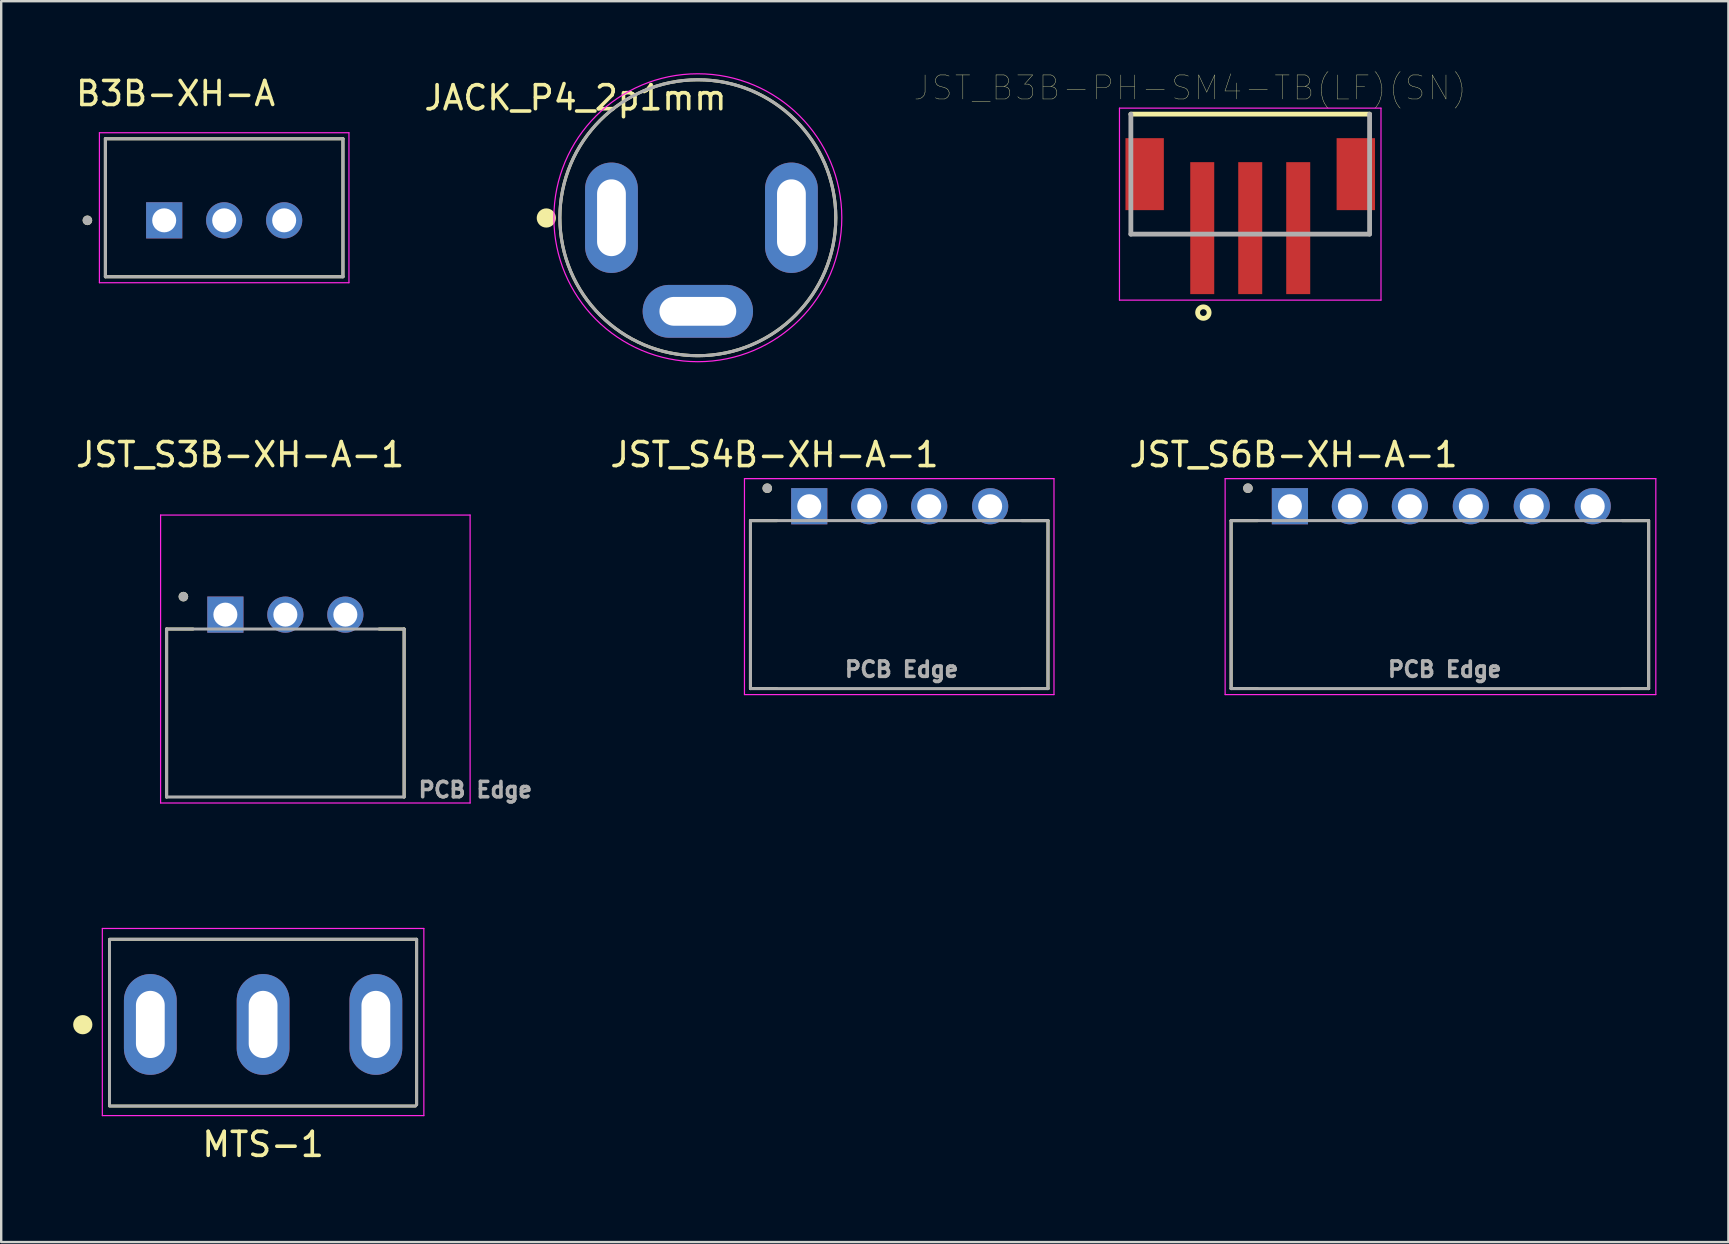
<source format=kicad_pcb>
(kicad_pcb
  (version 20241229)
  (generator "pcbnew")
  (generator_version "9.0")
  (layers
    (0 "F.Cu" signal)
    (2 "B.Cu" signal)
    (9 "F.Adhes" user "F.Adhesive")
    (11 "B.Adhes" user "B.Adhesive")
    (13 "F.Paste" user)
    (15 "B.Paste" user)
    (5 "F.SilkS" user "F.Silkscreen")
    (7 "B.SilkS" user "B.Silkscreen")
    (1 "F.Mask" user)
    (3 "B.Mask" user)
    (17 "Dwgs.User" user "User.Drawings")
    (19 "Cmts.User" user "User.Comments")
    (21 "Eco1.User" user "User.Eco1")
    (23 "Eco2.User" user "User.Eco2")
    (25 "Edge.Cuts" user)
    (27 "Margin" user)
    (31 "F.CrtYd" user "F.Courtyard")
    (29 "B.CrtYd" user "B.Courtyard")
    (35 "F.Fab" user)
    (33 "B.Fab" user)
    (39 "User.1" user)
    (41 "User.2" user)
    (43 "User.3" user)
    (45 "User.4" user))
  (footprint "JST_S6B-XH-A-1"
    (layer "F.Cu")
    (at 54.46 19.898)
    (property "Reference" "JST_S6B-XH-A-1" (at -3.6 -4 0) (layer "F.SilkS") (effects (font (size 1 1) (thickness 0.15))))
    (attr through_hole)
    (fp_line (start -6.2 -1.25) (end -6.2 5.75) (stroke (width 0.127) (type solid)) (layer "F.SilkS"))
    (fp_line (start -6.2 5.75) (end -5.1 5.75) (stroke (width 0.12) (type default)) (layer "F.SilkS"))
    (fp_line (start -5.1 -1.25) (end -6.2 -1.25) (stroke (width 0.127) (type solid)) (layer "F.SilkS"))
    (fp_line (start 10.1 5.75) (end 11.2 5.75) (stroke (width 0.12) (type default)) (layer "F.SilkS"))
    (fp_line (start 11.19 -1.25) (end 10.1 -1.25) (stroke (width 0.127) (type solid)) (layer "F.SilkS"))
    (fp_line (start 11.2 5.75) (end 11.2 -1.25) (stroke (width 0.127) (type solid)) (layer "F.SilkS"))
    (fp_circle (center -5.5 -2.6) (end -5.4 -2.6) (stroke (width 0.2) (type solid)) (fill no) (layer "F.SilkS"))
    (fp_line (start -6.45 -3) (end -6.45 6) (stroke (width 0.05) (type solid)) (layer "F.CrtYd"))
    (fp_line (start -6.45 6) (end 11.5 6) (stroke (width 0.05) (type solid)) (layer "F.CrtYd"))
    (fp_line (start 11.5 -3) (end -6.45 -3) (stroke (width 0.05) (type solid)) (layer "F.CrtYd"))
    (fp_line (start 11.5 6) (end 11.5 -3) (stroke (width 0.05) (type solid)) (layer "F.CrtYd"))
    (fp_line (start -6.2 -1.25) (end -6.2 5.75) (stroke (width 0.127) (type solid)) (layer "F.Fab"))
    (fp_line (start -6.2 5.75) (end 11.2 5.75) (stroke (width 0.127) (type solid)) (layer "F.Fab"))
    (fp_line (start 11.2 -1.25) (end -6.2 -1.25) (stroke (width 0.127) (type solid)) (layer "F.Fab"))
    (fp_line (start 11.2 5.75) (end 11.2 -1.25) (stroke (width 0.127) (type solid)) (layer "F.Fab"))
    (fp_circle (center -5.5 -2.6) (end -5.4 -2.6) (stroke (width 0.2) (type solid)) (fill no) (layer "F.Fab"))
    (fp_text user "PCB Edge" (at 2.7 4.95 0) (layer "F.Fab") (effects (font (size 0.64 0.64) (thickness 0.15))))
    (pad "1" thru_hole rect (at -3.75 -1.85) (size 1.508 1.508) (drill 1) (layers "*.Cu" "*.Mask"))
    (pad "2" thru_hole circle (at -1.25 -1.85) (size 1.508 1.508) (drill 1) (layers "*.Cu" "*.Mask"))
    (pad "3" thru_hole circle (at 1.25 -1.85) (size 1.508 1.508) (drill 1) (layers "*.Cu" "*.Mask"))
    (pad "4" thru_hole circle (at 3.79 -1.85) (size 1.508 1.508) (drill 1) (layers "*.Cu" "*.Mask"))
    (pad "5" thru_hole circle (at 6.33 -1.85) (size 1.508 1.508) (drill 1) (layers "*.Cu" "*.Mask"))
    (pad "6" thru_hole circle (at 8.87 -1.85) (size 1.508 1.508) (drill 1) (layers "*.Cu" "*.Mask")))
  (footprint "JST_S3B-XH-A-1"
    (layer "F.Cu")
    (at 10.093 24.416)
    (property "Reference" "JST_S3B-XH-A-1" (at -3.135 -8.518 0) (layer "F.SilkS") (effects (font (size 1 1) (thickness 0.15))))
    (attr through_hole)
    (fp_line (start -6.2 -1.25) (end -6.2 5.75) (stroke (width 0.127) (type solid)) (layer "F.SilkS"))
    (fp_line (start -5.1 -1.25) (end -6.2 -1.25) (stroke (width 0.127) (type solid)) (layer "F.SilkS"))
    (fp_line (start 3.7 -1.25) (end 2.66 -1.25) (stroke (width 0.127) (type solid)) (layer "F.SilkS"))
    (fp_line (start 3.7 5.75) (end 3.7 -1.25) (stroke (width 0.127) (type solid)) (layer "F.SilkS"))
    (fp_circle (center -5.5 -2.6) (end -5.4 -2.6) (stroke (width 0.2) (type solid)) (fill no) (layer "F.SilkS"))
    (fp_line (start -6.45 -6) (end -6.45 6) (stroke (width 0.05) (type solid)) (layer "F.CrtYd"))
    (fp_line (start -6.45 6) (end 6.45 6) (stroke (width 0.05) (type solid)) (layer "F.CrtYd"))
    (fp_line (start 6.45 -6) (end -6.45 -6) (stroke (width 0.05) (type solid)) (layer "F.CrtYd"))
    (fp_line (start 6.45 6) (end 6.45 -6) (stroke (width 0.05) (type solid)) (layer "F.CrtYd"))
    (fp_line (start -6.2 -1.25) (end -6.2 5.75) (stroke (width 0.127) (type solid)) (layer "F.Fab"))
    (fp_line (start -6.2 5.75) (end 3.7 5.75) (stroke (width 0.127) (type solid)) (layer "F.Fab"))
    (fp_line (start 3.7 -1.25) (end -6.2 -1.25) (stroke (width 0.127) (type solid)) (layer "F.Fab"))
    (fp_line (start 3.7 5.75) (end 3.7 -1.25) (stroke (width 0.127) (type solid)) (layer "F.Fab"))
    (fp_circle (center -5.5 -2.6) (end -5.4 -2.6) (stroke (width 0.2) (type solid)) (fill no) (layer "F.Fab"))
    (fp_text user "PCB Edge" (at 6.668 5.452 0) (layer "F.Fab") (effects (font (size 0.64 0.64) (thickness 0.15))))
    (pad "1" thru_hole rect (at -3.75 -1.85) (size 1.508 1.508) (drill 1) (layers "*.Cu" "*.Mask"))
    (pad "2" thru_hole circle (at -1.25 -1.85) (size 1.508 1.508) (drill 1) (layers "*.Cu" "*.Mask"))
    (pad "3" thru_hole circle (at 1.25 -1.85) (size 1.508 1.508) (drill 1) (layers "*.Cu" "*.Mask")))
  (footprint "JACK_P4_2p1mm"
    (layer "F.Cu")
    (at 22.534 6.025)
    (property "Reference" "JACK_P4_2p1mm" (at -1.6 -5 0) (layer "F.SilkS") (effects (font (size 1.001 1.001) (thickness 0.15))))
    (attr through_hole)
    (fp_circle (center -2.815 0.01) (end -2.615 0.01) (stroke (width 0.4) (type solid)) (fill no) (layer "F.SilkS"))
    (fp_circle (center 3.5 0) (end 9.25 0) (stroke (width 0.127) (type solid)) (fill no) (layer "F.SilkS"))
    (fp_circle (center 3.5 0) (end 9.5 0) (stroke (width 0.05) (type solid)) (fill no) (layer "F.CrtYd"))
    (fp_circle (center 3.5 0) (end 9.25 0) (stroke (width 0.127) (type solid)) (fill no) (layer "F.Fab"))
    (pad "1" thru_hole oval (at -0.1 0) (size 2.2 4.6) (drill oval 1.2 3.2) (layers "*.Cu" "*.Mask"))
    (pad "2" thru_hole oval (at 3.5 3.9) (size 4.6 2.2) (drill oval 3.2 1.2) (layers "*.Cu" "*.Mask"))
    (pad "3" thru_hole oval (at 7.4 0) (size 2.2 4.6) (drill oval 1.2 3.2) (layers "*.Cu" "*.Mask")))
  (footprint "JST_B3B-PH-SM4-TB(LF)(SN)"
    (layer "F.Cu")
    (at 49.056 4.208)
    (property "Reference" "JST_B3B-PH-SM4-TB(LF)(SN)" (at -2.506 -3.596 0) (layer "F.SilkS") (effects (font (size 1.002 1.002) (thickness 0.015))))
    (attr through_hole)
    (fp_line (start -4.975 -2.5) (end 4.975 -2.5) (stroke (width 0.2) (type solid)) (layer "F.SilkS"))
    (fp_circle (center -1.953 5.77) (end -1.713 5.77) (stroke (width 0.2) (type solid)) (fill no) (layer "F.SilkS"))
    (fp_line (start -5.45 -2.75) (end 5.45 -2.75) (stroke (width 0.05) (type solid)) (layer "F.CrtYd"))
    (fp_line (start -5.45 5.25) (end -5.45 -2.75) (stroke (width 0.05) (type solid)) (layer "F.CrtYd"))
    (fp_line (start 5.45 -2.75) (end 5.45 5.25) (stroke (width 0.05) (type solid)) (layer "F.CrtYd"))
    (fp_line (start 5.45 5.25) (end -5.45 5.25) (stroke (width 0.05) (type solid)) (layer "F.CrtYd"))
    (fp_line (start -4.975 2.5) (end -4.975 -2.5) (stroke (width 0.2) (type solid)) (layer "F.Fab"))
    (fp_line (start 4.975 -2.5) (end 4.975 2.5) (stroke (width 0.2) (type solid)) (layer "F.Fab"))
    (fp_line (start 4.975 2.5) (end -4.975 2.5) (stroke (width 0.2) (type solid)) (layer "F.Fab"))
    (pad "1" smd rect (at -2 2.25) (size 1 5.5) (layers "F.Cu" "F.Mask" "F.Paste"))
    (pad "2" smd rect (at 0 2.25) (size 1 5.5) (layers "F.Cu" "F.Mask" "F.Paste"))
    (pad "3" smd rect (at 2 2.25) (size 1 5.5) (layers "F.Cu" "F.Mask" "F.Paste"))
    (pad "4" smd rect (at 4.4 0) (size 1.6 3) (layers "F.Cu" "F.Mask" "F.Paste"))
    (pad "5" smd rect (at -4.4 0) (size 1.6 3) (layers "F.Cu" "F.Mask" "F.Paste")))
  (footprint "B3B-XH-A"
    (layer "F.Cu")
    (at 6.293 5.608)
    (property "Reference" "B3B-XH-A" (at -2.025 -4.76 0) (layer "F.SilkS") (effects (font (size 1 1) (thickness 0.15))))
    (attr through_hole)
    (fp_line (start -4.95 -2.875) (end 4.95 -2.875) (stroke (width 0.127) (type solid)) (layer "F.SilkS"))
    (fp_line (start -4.95 2.875) (end -4.95 -2.875) (stroke (width 0.127) (type solid)) (layer "F.SilkS"))
    (fp_line (start 4.95 -2.875) (end 4.95 2.875) (stroke (width 0.127) (type solid)) (layer "F.SilkS"))
    (fp_line (start 4.95 2.875) (end -4.95 2.875) (stroke (width 0.127) (type solid)) (layer "F.SilkS"))
    (fp_circle (center -5.7 0.525) (end -5.6 0.525) (stroke (width 0.2) (type solid)) (fill no) (layer "F.SilkS"))
    (fp_line (start -5.2 -3.125) (end -5.2 3.125) (stroke (width 0.05) (type solid)) (layer "F.CrtYd"))
    (fp_line (start -5.2 3.125) (end 5.2 3.125) (stroke (width 0.05) (type solid)) (layer "F.CrtYd"))
    (fp_line (start 5.2 -3.125) (end -5.2 -3.125) (stroke (width 0.05) (type solid)) (layer "F.CrtYd"))
    (fp_line (start 5.2 3.125) (end 5.2 -3.125) (stroke (width 0.05) (type solid)) (layer "F.CrtYd"))
    (fp_line (start -4.95 -2.875) (end 4.95 -2.875) (stroke (width 0.127) (type solid)) (layer "F.Fab"))
    (fp_line (start -4.95 2.875) (end -4.95 -2.875) (stroke (width 0.127) (type solid)) (layer "F.Fab"))
    (fp_line (start 4.95 -2.875) (end 4.95 2.875) (stroke (width 0.127) (type solid)) (layer "F.Fab"))
    (fp_line (start 4.95 2.875) (end -4.95 2.875) (stroke (width 0.127) (type solid)) (layer "F.Fab"))
    (fp_circle (center -5.7 0.525) (end -5.6 0.525) (stroke (width 0.2) (type solid)) (fill no) (layer "F.Fab"))
    (pad "1" thru_hole rect (at -2.5 0.525) (size 1.508 1.508) (drill 1) (layers "*.Cu" "*.Mask"))
    (pad "2" thru_hole circle (at 0 0.525) (size 1.508 1.508) (drill 1) (layers "*.Cu" "*.Mask"))
    (pad "3" thru_hole circle (at 2.5 0.525) (size 1.508 1.508) (drill 1) (layers "*.Cu" "*.Mask")))
  (footprint "JST_S4B-XH-A-1"
    (layer "F.Cu")
    (at 34.427 19.898)
    (property "Reference" "JST_S4B-XH-A-1" (at -5.2 -4 0) (layer "F.SilkS") (effects (font (size 1 1) (thickness 0.15))))
    (attr through_hole)
    (fp_line (start -6.2 -1.25) (end -6.2 5.75) (stroke (width 0.127) (type solid)) (layer "F.SilkS"))
    (fp_line (start -6.2 5.75) (end -5.1 5.75) (stroke (width 0.12) (type default)) (layer "F.SilkS"))
    (fp_line (start -5.1 -1.25) (end -6.2 -1.25) (stroke (width 0.127) (type solid)) (layer "F.SilkS"))
    (fp_line (start 5.1 5.75) (end 6.2 5.75) (stroke (width 0.12) (type default)) (layer "F.SilkS"))
    (fp_line (start 6.2 -1.25) (end 5.11 -1.25) (stroke (width 0.127) (type solid)) (layer "F.SilkS"))
    (fp_line (start 6.2 5.75) (end 6.2 -1.25) (stroke (width 0.127) (type solid)) (layer "F.SilkS"))
    (fp_circle (center -5.5 -2.6) (end -5.4 -2.6) (stroke (width 0.2) (type solid)) (fill no) (layer "F.SilkS"))
    (fp_line (start -6.45 -3) (end -6.45 6) (stroke (width 0.05) (type solid)) (layer "F.CrtYd"))
    (fp_line (start -6.45 6) (end 6.45 6) (stroke (width 0.05) (type solid)) (layer "F.CrtYd"))
    (fp_line (start 6.45 -3) (end -6.45 -3) (stroke (width 0.05) (type solid)) (layer "F.CrtYd"))
    (fp_line (start 6.45 6) (end 6.45 -3) (stroke (width 0.05) (type solid)) (layer "F.CrtYd"))
    (fp_line (start -6.2 -1.25) (end -6.2 5.75) (stroke (width 0.127) (type solid)) (layer "F.Fab"))
    (fp_line (start -6.2 5.75) (end 6.2 5.75) (stroke (width 0.127) (type solid)) (layer "F.Fab"))
    (fp_line (start 6.2 -1.25) (end -6.2 -1.25) (stroke (width 0.127) (type solid)) (layer "F.Fab"))
    (fp_line (start 6.2 5.75) (end 6.2 -1.25) (stroke (width 0.127) (type solid)) (layer "F.Fab"))
    (fp_circle (center -5.5 -2.6) (end -5.4 -2.6) (stroke (width 0.2) (type solid)) (fill no) (layer "F.Fab"))
    (fp_text user "PCB Edge" (at 0.1 4.95 0) (layer "F.Fab") (effects (font (size 0.64 0.64) (thickness 0.15))))
    (pad "1" thru_hole rect (at -3.75 -1.85) (size 1.508 1.508) (drill 1) (layers "*.Cu" "*.Mask"))
    (pad "2" thru_hole circle (at -1.25 -1.85) (size 1.508 1.508) (drill 1) (layers "*.Cu" "*.Mask"))
    (pad "3" thru_hole circle (at 1.25 -1.85) (size 1.508 1.508) (drill 1) (layers "*.Cu" "*.Mask"))
    (pad "4" thru_hole circle (at 3.79 -1.85) (size 1.508 1.508) (drill 1) (layers "*.Cu" "*.Mask")))
  (footprint "MTS-1"
    (layer "F.Cu")
    (at 3.215 39.646)
    (property "Reference" "MTS-1" (at 4.7 5 180) (layer "F.SilkS") (effects (font (size 1.001 1.001) (thickness 0.15))))
    (attr through_hole)
    (fp_line (start -1.7 -3.55) (end 11.1 -3.55) (stroke (width 0.12) (type default)) (layer "F.SilkS"))
    (fp_line (start -1.7 -3.5) (end -1.7 3.4) (stroke (width 0.12) (type default)) (layer "F.SilkS"))
    (fp_line (start -1.65 3.4) (end 11.05 3.4) (stroke (width 0.12) (type default)) (layer "F.SilkS"))
    (fp_line (start 11.1 -3.55) (end 11.1 3.35) (stroke (width 0.12) (type default)) (layer "F.SilkS"))
    (fp_circle (center -2.815 0.01) (end -2.615 0.01) (stroke (width 0.4) (type solid)) (fill no) (layer "F.SilkS"))
    (fp_line (start -2 -4) (end -2 3.8) (stroke (width 0.05) (type default)) (layer "F.CrtYd"))
    (fp_line (start -2 -4) (end 11.4 -4) (stroke (width 0.05) (type default)) (layer "F.CrtYd"))
    (fp_line (start -2 3.8) (end 11.4 3.8) (stroke (width 0.05) (type default)) (layer "F.CrtYd"))
    (fp_line (start 11.4 3.8) (end 11.4 -4) (stroke (width 0.05) (type default)) (layer "F.CrtYd"))
    (fp_line (start -1.7 -3.55) (end 11.1 -3.55) (stroke (width 0.12) (type default)) (layer "F.Fab"))
    (fp_line (start -1.7 -3.5) (end -1.7 3.4) (stroke (width 0.12) (type default)) (layer "F.Fab"))
    (fp_line (start -1.65 3.4) (end 11.05 3.4) (stroke (width 0.12) (type default)) (layer "F.Fab"))
    (fp_line (start 11.1 -3.55) (end 11.1 3.35) (stroke (width 0.12) (type default)) (layer "F.Fab"))
    (fp_arc (start 0.400581 -4.299419) (mid 4.7 -6.080297) (end 8.999419 -4.299419) (stroke (width 0.12) (type default)) (layer "User.1"))
    (fp_arc (start 8.950294 4.250294) (mid 4.7 6.010823) (end 0.449706 4.250294) (stroke (width 0.12) (type default)) (layer "User.1"))
    (pad "1" thru_hole oval (at 0 0) (size 2.2 4.2) (drill oval 1.2 2.8) (layers "*.Cu" "*.Mask"))
    (pad "2" thru_hole oval (at 4.7 0 90) (size 4.2 2.2) (drill oval 2.8 1.2) (layers "*.Cu" "*.Mask"))
    (pad "3" thru_hole oval (at 9.4 0) (size 2.2 4.2) (drill oval 1.2 2.8) (layers "*.Cu" "*.Mask")))
  (gr_rect
    (start -3 -3)
    (end 68.985 48.717)
    (stroke (width 0.1) (type default))
    (fill no)
    (layer "Edge.Cuts")))
</source>
